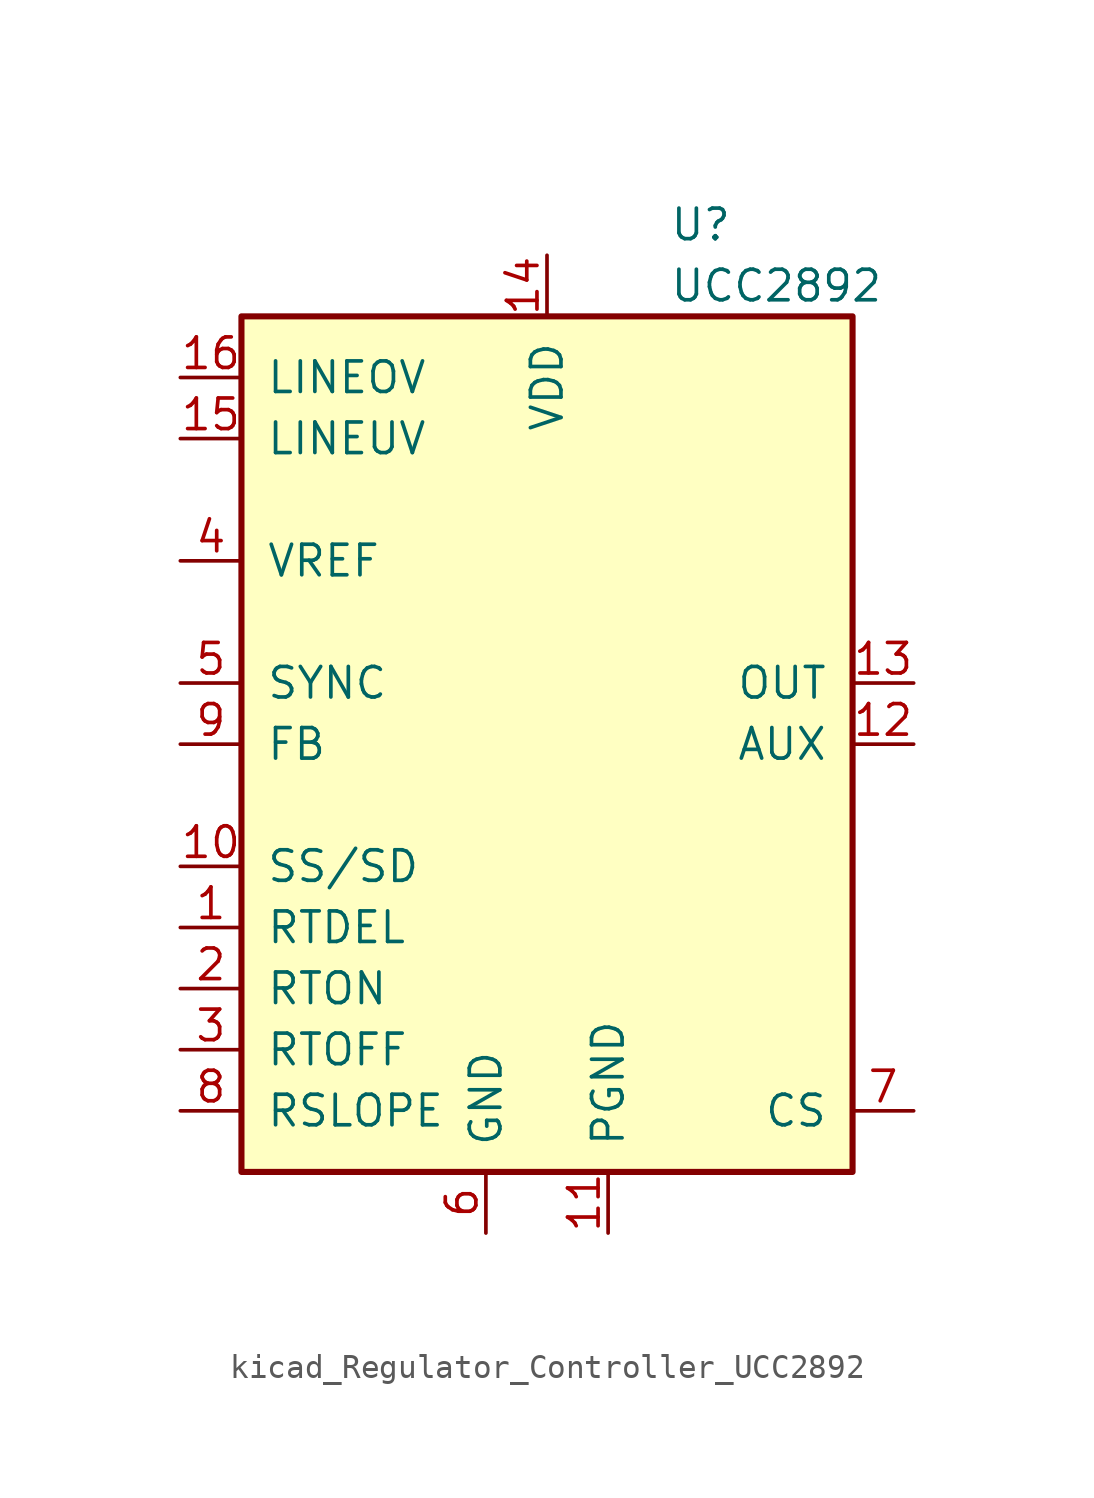
<source format=kicad_sym>
(kicad_symbol_lib
  (version 20220914)
  (generator kicad_symbol_editor)
  (symbol "kicad_Regulator_Controller_UCC2892"
    (pin_names
      (offset 1.016))
    (property "Reference" "U"
      (at 5.08 21.59 0)
      (effects (font (size 1.27 1.27)) (justify left)))
    (property "Value" "UCC2892"
      (at 5.08 19.05 0)
      (effects (font (size 1.27 1.27)) (justify left)))
    (symbol "kicad_Regulator_Controller_UCC2892_0_1"
      (rectangle (start -12.7 -17.78) (end 12.7 17.78) (stroke (width 0.254) (type default)) (fill (type background))))
    (symbol "kicad_Regulator_Controller_UCC2892_1_1"
      (pin passive line (at -15.24 -7.62 0) (length 2.54) (name "RTDEL" (effects (font (size 1.27 1.27)))) (number "1" (effects (font (size 1.27 1.27)))))
      (pin passive line (at -15.24 -5.08 0) (length 2.54) (name "SS/SD" (effects (font (size 1.27 1.27)))) (number "10" (effects (font (size 1.27 1.27)))))
      (pin power_in line (at 2.54 -20.32 90) (length 2.54) (name "PGND" (effects (font (size 1.27 1.27)))) (number "11" (effects (font (size 1.27 1.27)))))
      (pin output line (at 15.24 0 180) (length 2.54) (name "AUX" (effects (font (size 1.27 1.27)))) (number "12" (effects (font (size 1.27 1.27)))))
      (pin output line (at 15.24 2.54 180) (length 2.54) (name "OUT" (effects (font (size 1.27 1.27)))) (number "13" (effects (font (size 1.27 1.27)))))
      (pin power_in line (at 0 20.32 270) (length 2.54) (name "VDD" (effects (font (size 1.27 1.27)))) (number "14" (effects (font (size 1.27 1.27)))))
      (pin passive line (at -15.24 12.7 0) (length 2.54) (name "LINEUV" (effects (font (size 1.27 1.27)))) (number "15" (effects (font (size 1.27 1.27)))))
      (pin passive line (at -15.24 15.24 0) (length 2.54) (name "LINEOV" (effects (font (size 1.27 1.27)))) (number "16" (effects (font (size 1.27 1.27)))))
      (pin passive line (at -15.24 -10.16 0) (length 2.54) (name "RTON" (effects (font (size 1.27 1.27)))) (number "2" (effects (font (size 1.27 1.27)))))
      (pin passive line (at -15.24 -12.7 0) (length 2.54) (name "RTOFF" (effects (font (size 1.27 1.27)))) (number "3" (effects (font (size 1.27 1.27)))))
      (pin output line (at -15.24 7.62 0) (length 2.54) (name "VREF" (effects (font (size 1.27 1.27)))) (number "4" (effects (font (size 1.27 1.27)))))
      (pin input line (at -15.24 2.54 0) (length 2.54) (name "SYNC" (effects (font (size 1.27 1.27)))) (number "5" (effects (font (size 1.27 1.27)))))
      (pin power_in line (at -2.54 -20.32 90) (length 2.54) (name "GND" (effects (font (size 1.27 1.27)))) (number "6" (effects (font (size 1.27 1.27)))))
      (pin input line (at 15.24 -15.24 180) (length 2.54) (name "CS" (effects (font (size 1.27 1.27)))) (number "7" (effects (font (size 1.27 1.27)))))
      (pin passive line (at -15.24 -15.24 0) (length 2.54) (name "RSLOPE" (effects (font (size 1.27 1.27)))) (number "8" (effects (font (size 1.27 1.27)))))
      (pin input line (at -15.24 0 0) (length 2.54) (name "FB" (effects (font (size 1.27 1.27)))) (number "9" (effects (font (size 1.27 1.27))))))))
</source>
